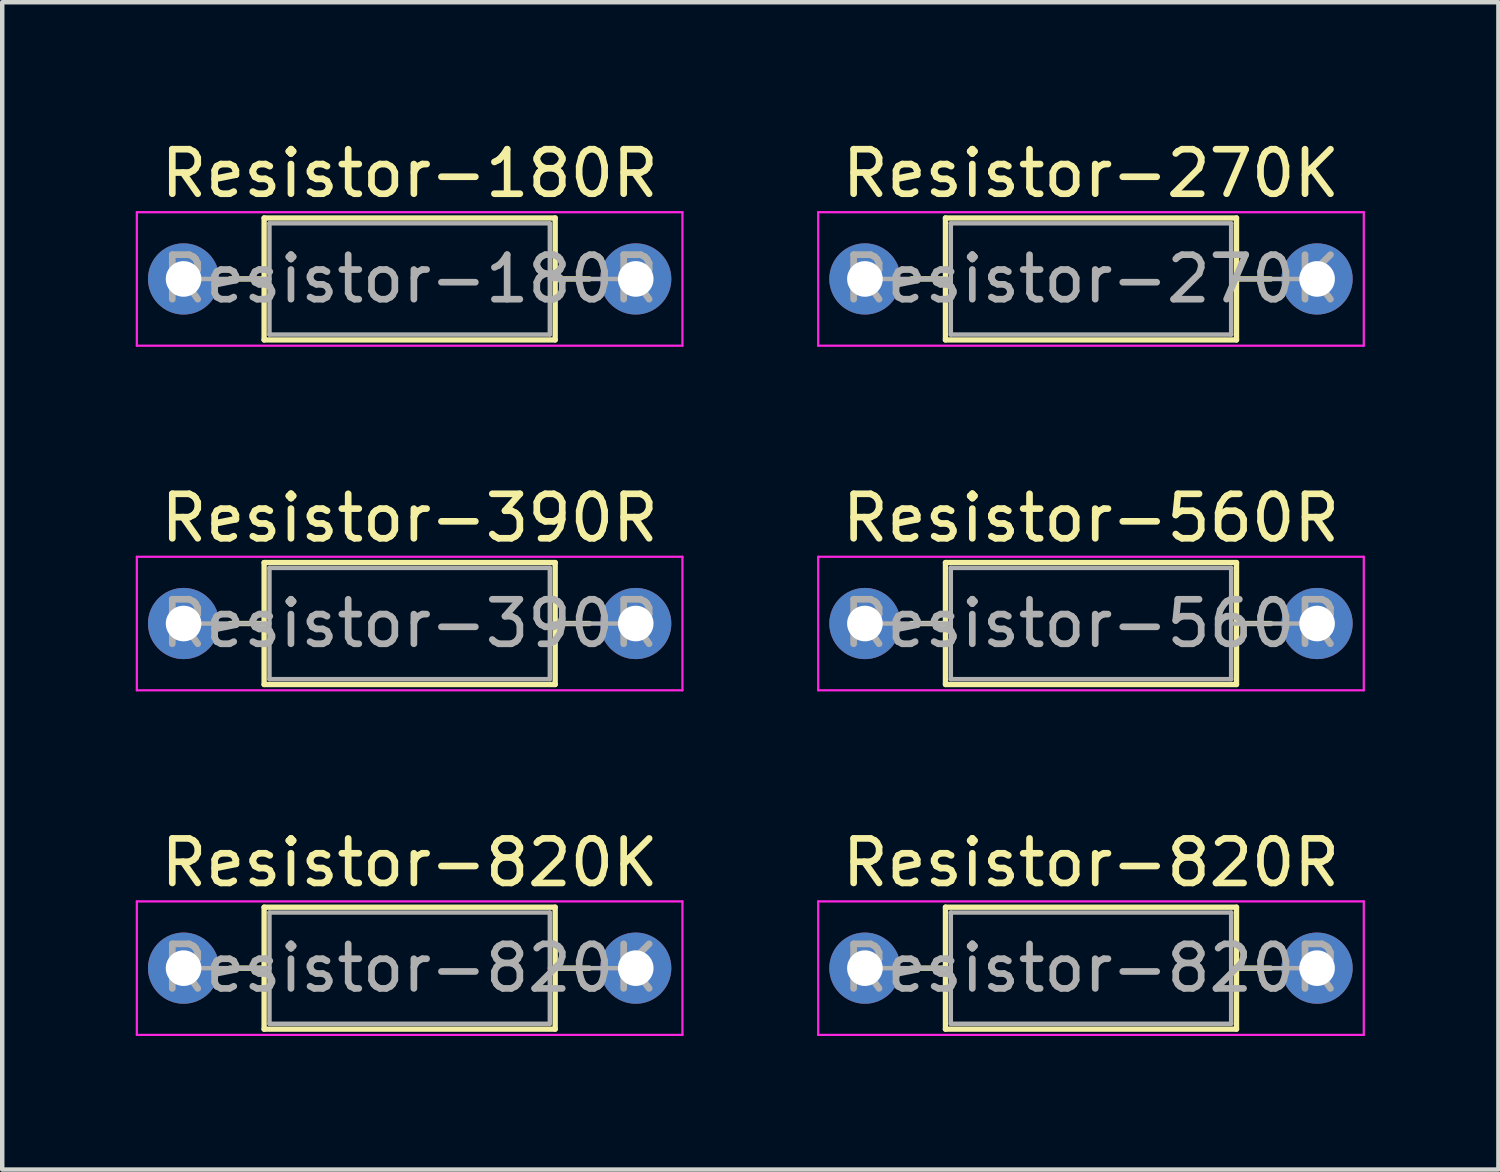
<source format=kicad_pcb>
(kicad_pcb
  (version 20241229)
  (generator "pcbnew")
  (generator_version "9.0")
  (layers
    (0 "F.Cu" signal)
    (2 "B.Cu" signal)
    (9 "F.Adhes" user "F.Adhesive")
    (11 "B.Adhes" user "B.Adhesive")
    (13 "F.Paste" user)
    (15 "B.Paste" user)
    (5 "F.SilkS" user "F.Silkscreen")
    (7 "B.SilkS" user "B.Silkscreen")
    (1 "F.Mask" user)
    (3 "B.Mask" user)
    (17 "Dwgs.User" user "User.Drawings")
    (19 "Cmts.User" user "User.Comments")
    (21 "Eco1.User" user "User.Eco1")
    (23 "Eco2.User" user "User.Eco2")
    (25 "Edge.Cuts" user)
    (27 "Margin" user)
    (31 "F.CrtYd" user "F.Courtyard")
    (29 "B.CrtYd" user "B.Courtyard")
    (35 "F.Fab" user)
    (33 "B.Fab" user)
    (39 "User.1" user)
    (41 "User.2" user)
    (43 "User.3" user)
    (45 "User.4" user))
  (footprint "Resistor-560R"
    (layer "F.Cu")
    (at 21.465 10.961)
    (property "Reference" "Resistor-560R" (at 0 -2.37 0) (layer "F.SilkS") (effects (font (size 1 1) (thickness 0.15))))
    (attr through_hole)
    (fp_line (start -4.04 0) (end -3.27 0) (stroke (width 0.12) (type solid)) (layer "F.SilkS"))
    (fp_line (start -3.27 -1.37) (end -3.27 1.37) (stroke (width 0.12) (type solid)) (layer "F.SilkS"))
    (fp_line (start -3.27 1.37) (end 3.27 1.37) (stroke (width 0.12) (type solid)) (layer "F.SilkS"))
    (fp_line (start 3.27 -1.37) (end -3.27 -1.37) (stroke (width 0.12) (type solid)) (layer "F.SilkS"))
    (fp_line (start 3.27 1.37) (end 3.27 -1.37) (stroke (width 0.12) (type solid)) (layer "F.SilkS"))
    (fp_line (start 4.04 0) (end 3.27 0) (stroke (width 0.12) (type solid)) (layer "F.SilkS"))
    (fp_line (start -6.13 -1.5) (end -6.13 1.5) (stroke (width 0.05) (type solid)) (layer "F.CrtYd"))
    (fp_line (start -6.13 1.5) (end 6.13 1.5) (stroke (width 0.05) (type solid)) (layer "F.CrtYd"))
    (fp_line (start 6.13 -1.5) (end -6.13 -1.5) (stroke (width 0.05) (type solid)) (layer "F.CrtYd"))
    (fp_line (start 6.13 1.5) (end 6.13 -1.5) (stroke (width 0.05) (type solid)) (layer "F.CrtYd"))
    (fp_line (start -5.08 0) (end -3.15 0) (stroke (width 0.1) (type solid)) (layer "F.Fab"))
    (fp_line (start -3.15 -1.25) (end -3.15 1.25) (stroke (width 0.1) (type solid)) (layer "F.Fab"))
    (fp_line (start -3.15 1.25) (end 3.15 1.25) (stroke (width 0.1) (type solid)) (layer "F.Fab"))
    (fp_line (start 3.15 -1.25) (end -3.15 -1.25) (stroke (width 0.1) (type solid)) (layer "F.Fab"))
    (fp_line (start 3.15 1.25) (end 3.15 -1.25) (stroke (width 0.1) (type solid)) (layer "F.Fab"))
    (fp_line (start 5.08 0) (end 3.15 0) (stroke (width 0.1) (type solid)) (layer "F.Fab"))
    (fp_text user "${REFERENCE}" (at 0 0 0) (layer "F.Fab") (effects (font (size 1 1) (thickness 0.15))))
    (pad "1" thru_hole circle (at -5.08 0) (size 1.6 1.6) (drill 0.8) (layers "*.Cu" "*.Mask"))
    (pad "2" thru_hole oval (at 5.08 0) (size 1.6 1.6) (drill 0.8) (layers "*.Cu" "*.Mask")))
  (footprint "Resistor-270K"
    (layer "F.Cu")
    (at 21.465 3.218)
    (property "Reference" "Resistor-270K" (at 0 -2.37 0) (layer "F.SilkS") (effects (font (size 1 1) (thickness 0.15))))
    (attr through_hole)
    (fp_line (start -4.04 0) (end -3.27 0) (stroke (width 0.12) (type solid)) (layer "F.SilkS"))
    (fp_line (start -3.27 -1.37) (end -3.27 1.37) (stroke (width 0.12) (type solid)) (layer "F.SilkS"))
    (fp_line (start -3.27 1.37) (end 3.27 1.37) (stroke (width 0.12) (type solid)) (layer "F.SilkS"))
    (fp_line (start 3.27 -1.37) (end -3.27 -1.37) (stroke (width 0.12) (type solid)) (layer "F.SilkS"))
    (fp_line (start 3.27 1.37) (end 3.27 -1.37) (stroke (width 0.12) (type solid)) (layer "F.SilkS"))
    (fp_line (start 4.04 0) (end 3.27 0) (stroke (width 0.12) (type solid)) (layer "F.SilkS"))
    (fp_line (start -6.13 -1.5) (end -6.13 1.5) (stroke (width 0.05) (type solid)) (layer "F.CrtYd"))
    (fp_line (start -6.13 1.5) (end 6.13 1.5) (stroke (width 0.05) (type solid)) (layer "F.CrtYd"))
    (fp_line (start 6.13 -1.5) (end -6.13 -1.5) (stroke (width 0.05) (type solid)) (layer "F.CrtYd"))
    (fp_line (start 6.13 1.5) (end 6.13 -1.5) (stroke (width 0.05) (type solid)) (layer "F.CrtYd"))
    (fp_line (start -5.08 0) (end -3.15 0) (stroke (width 0.1) (type solid)) (layer "F.Fab"))
    (fp_line (start -3.15 -1.25) (end -3.15 1.25) (stroke (width 0.1) (type solid)) (layer "F.Fab"))
    (fp_line (start -3.15 1.25) (end 3.15 1.25) (stroke (width 0.1) (type solid)) (layer "F.Fab"))
    (fp_line (start 3.15 -1.25) (end -3.15 -1.25) (stroke (width 0.1) (type solid)) (layer "F.Fab"))
    (fp_line (start 3.15 1.25) (end 3.15 -1.25) (stroke (width 0.1) (type solid)) (layer "F.Fab"))
    (fp_line (start 5.08 0) (end 3.15 0) (stroke (width 0.1) (type solid)) (layer "F.Fab"))
    (fp_text user "${REFERENCE}" (at 0 0 0) (layer "F.Fab") (effects (font (size 1 1) (thickness 0.15))))
    (pad "1" thru_hole circle (at -5.08 0) (size 1.6 1.6) (drill 0.8) (layers "*.Cu" "*.Mask"))
    (pad "2" thru_hole oval (at 5.08 0) (size 1.6 1.6) (drill 0.8) (layers "*.Cu" "*.Mask")))
  (footprint "Resistor-820R"
    (layer "F.Cu")
    (at 21.465 18.705)
    (property "Reference" "Resistor-820R" (at 0 -2.37 0) (layer "F.SilkS") (effects (font (size 1 1) (thickness 0.15))))
    (attr through_hole)
    (fp_line (start -4.04 0) (end -3.27 0) (stroke (width 0.12) (type solid)) (layer "F.SilkS"))
    (fp_line (start -3.27 -1.37) (end -3.27 1.37) (stroke (width 0.12) (type solid)) (layer "F.SilkS"))
    (fp_line (start -3.27 1.37) (end 3.27 1.37) (stroke (width 0.12) (type solid)) (layer "F.SilkS"))
    (fp_line (start 3.27 -1.37) (end -3.27 -1.37) (stroke (width 0.12) (type solid)) (layer "F.SilkS"))
    (fp_line (start 3.27 1.37) (end 3.27 -1.37) (stroke (width 0.12) (type solid)) (layer "F.SilkS"))
    (fp_line (start 4.04 0) (end 3.27 0) (stroke (width 0.12) (type solid)) (layer "F.SilkS"))
    (fp_line (start -6.13 -1.5) (end -6.13 1.5) (stroke (width 0.05) (type solid)) (layer "F.CrtYd"))
    (fp_line (start -6.13 1.5) (end 6.13 1.5) (stroke (width 0.05) (type solid)) (layer "F.CrtYd"))
    (fp_line (start 6.13 -1.5) (end -6.13 -1.5) (stroke (width 0.05) (type solid)) (layer "F.CrtYd"))
    (fp_line (start 6.13 1.5) (end 6.13 -1.5) (stroke (width 0.05) (type solid)) (layer "F.CrtYd"))
    (fp_line (start -5.08 0) (end -3.15 0) (stroke (width 0.1) (type solid)) (layer "F.Fab"))
    (fp_line (start -3.15 -1.25) (end -3.15 1.25) (stroke (width 0.1) (type solid)) (layer "F.Fab"))
    (fp_line (start -3.15 1.25) (end 3.15 1.25) (stroke (width 0.1) (type solid)) (layer "F.Fab"))
    (fp_line (start 3.15 -1.25) (end -3.15 -1.25) (stroke (width 0.1) (type solid)) (layer "F.Fab"))
    (fp_line (start 3.15 1.25) (end 3.15 -1.25) (stroke (width 0.1) (type solid)) (layer "F.Fab"))
    (fp_line (start 5.08 0) (end 3.15 0) (stroke (width 0.1) (type solid)) (layer "F.Fab"))
    (fp_text user "${REFERENCE}" (at 0 0 0) (layer "F.Fab") (effects (font (size 1 1) (thickness 0.15))))
    (pad "1" thru_hole circle (at -5.08 0) (size 1.6 1.6) (drill 0.8) (layers "*.Cu" "*.Mask"))
    (pad "2" thru_hole oval (at 5.08 0) (size 1.6 1.6) (drill 0.8) (layers "*.Cu" "*.Mask")))
  (footprint "Resistor-180R"
    (layer "F.Cu")
    (at 6.155 3.218)
    (property "Reference" "Resistor-180R" (at 0 -2.37 0) (layer "F.SilkS") (effects (font (size 1 1) (thickness 0.15))))
    (attr through_hole)
    (fp_line (start -4.04 0) (end -3.27 0) (stroke (width 0.12) (type solid)) (layer "F.SilkS"))
    (fp_line (start -3.27 -1.37) (end -3.27 1.37) (stroke (width 0.12) (type solid)) (layer "F.SilkS"))
    (fp_line (start -3.27 1.37) (end 3.27 1.37) (stroke (width 0.12) (type solid)) (layer "F.SilkS"))
    (fp_line (start 3.27 -1.37) (end -3.27 -1.37) (stroke (width 0.12) (type solid)) (layer "F.SilkS"))
    (fp_line (start 3.27 1.37) (end 3.27 -1.37) (stroke (width 0.12) (type solid)) (layer "F.SilkS"))
    (fp_line (start 4.04 0) (end 3.27 0) (stroke (width 0.12) (type solid)) (layer "F.SilkS"))
    (fp_line (start -6.13 -1.5) (end -6.13 1.5) (stroke (width 0.05) (type solid)) (layer "F.CrtYd"))
    (fp_line (start -6.13 1.5) (end 6.13 1.5) (stroke (width 0.05) (type solid)) (layer "F.CrtYd"))
    (fp_line (start 6.13 -1.5) (end -6.13 -1.5) (stroke (width 0.05) (type solid)) (layer "F.CrtYd"))
    (fp_line (start 6.13 1.5) (end 6.13 -1.5) (stroke (width 0.05) (type solid)) (layer "F.CrtYd"))
    (fp_line (start -5.08 0) (end -3.15 0) (stroke (width 0.1) (type solid)) (layer "F.Fab"))
    (fp_line (start -3.15 -1.25) (end -3.15 1.25) (stroke (width 0.1) (type solid)) (layer "F.Fab"))
    (fp_line (start -3.15 1.25) (end 3.15 1.25) (stroke (width 0.1) (type solid)) (layer "F.Fab"))
    (fp_line (start 3.15 -1.25) (end -3.15 -1.25) (stroke (width 0.1) (type solid)) (layer "F.Fab"))
    (fp_line (start 3.15 1.25) (end 3.15 -1.25) (stroke (width 0.1) (type solid)) (layer "F.Fab"))
    (fp_line (start 5.08 0) (end 3.15 0) (stroke (width 0.1) (type solid)) (layer "F.Fab"))
    (fp_text user "${REFERENCE}" (at 0 0 0) (layer "F.Fab") (effects (font (size 1 1) (thickness 0.15))))
    (pad "1" thru_hole circle (at -5.08 0) (size 1.6 1.6) (drill 0.8) (layers "*.Cu" "*.Mask"))
    (pad "2" thru_hole oval (at 5.08 0) (size 1.6 1.6) (drill 0.8) (layers "*.Cu" "*.Mask")))
  (footprint "Resistor-820K"
    (layer "F.Cu")
    (at 6.155 18.705)
    (property "Reference" "Resistor-820K" (at 0 -2.37 0) (layer "F.SilkS") (effects (font (size 1 1) (thickness 0.15))))
    (attr through_hole)
    (fp_line (start -4.04 0) (end -3.27 0) (stroke (width 0.12) (type solid)) (layer "F.SilkS"))
    (fp_line (start -3.27 -1.37) (end -3.27 1.37) (stroke (width 0.12) (type solid)) (layer "F.SilkS"))
    (fp_line (start -3.27 1.37) (end 3.27 1.37) (stroke (width 0.12) (type solid)) (layer "F.SilkS"))
    (fp_line (start 3.27 -1.37) (end -3.27 -1.37) (stroke (width 0.12) (type solid)) (layer "F.SilkS"))
    (fp_line (start 3.27 1.37) (end 3.27 -1.37) (stroke (width 0.12) (type solid)) (layer "F.SilkS"))
    (fp_line (start 4.04 0) (end 3.27 0) (stroke (width 0.12) (type solid)) (layer "F.SilkS"))
    (fp_line (start -6.13 -1.5) (end -6.13 1.5) (stroke (width 0.05) (type solid)) (layer "F.CrtYd"))
    (fp_line (start -6.13 1.5) (end 6.13 1.5) (stroke (width 0.05) (type solid)) (layer "F.CrtYd"))
    (fp_line (start 6.13 -1.5) (end -6.13 -1.5) (stroke (width 0.05) (type solid)) (layer "F.CrtYd"))
    (fp_line (start 6.13 1.5) (end 6.13 -1.5) (stroke (width 0.05) (type solid)) (layer "F.CrtYd"))
    (fp_line (start -5.08 0) (end -3.15 0) (stroke (width 0.1) (type solid)) (layer "F.Fab"))
    (fp_line (start -3.15 -1.25) (end -3.15 1.25) (stroke (width 0.1) (type solid)) (layer "F.Fab"))
    (fp_line (start -3.15 1.25) (end 3.15 1.25) (stroke (width 0.1) (type solid)) (layer "F.Fab"))
    (fp_line (start 3.15 -1.25) (end -3.15 -1.25) (stroke (width 0.1) (type solid)) (layer "F.Fab"))
    (fp_line (start 3.15 1.25) (end 3.15 -1.25) (stroke (width 0.1) (type solid)) (layer "F.Fab"))
    (fp_line (start 5.08 0) (end 3.15 0) (stroke (width 0.1) (type solid)) (layer "F.Fab"))
    (fp_text user "${REFERENCE}" (at 0 0 0) (layer "F.Fab") (effects (font (size 1 1) (thickness 0.15))))
    (pad "1" thru_hole circle (at -5.08 0) (size 1.6 1.6) (drill 0.8) (layers "*.Cu" "*.Mask"))
    (pad "2" thru_hole oval (at 5.08 0) (size 1.6 1.6) (drill 0.8) (layers "*.Cu" "*.Mask")))
  (footprint "Resistor-390R"
    (layer "F.Cu")
    (at 6.155 10.961)
    (property "Reference" "Resistor-390R" (at 0 -2.37 0) (layer "F.SilkS") (effects (font (size 1 1) (thickness 0.15))))
    (attr through_hole)
    (fp_line (start -4.04 0) (end -3.27 0) (stroke (width 0.12) (type solid)) (layer "F.SilkS"))
    (fp_line (start -3.27 -1.37) (end -3.27 1.37) (stroke (width 0.12) (type solid)) (layer "F.SilkS"))
    (fp_line (start -3.27 1.37) (end 3.27 1.37) (stroke (width 0.12) (type solid)) (layer "F.SilkS"))
    (fp_line (start 3.27 -1.37) (end -3.27 -1.37) (stroke (width 0.12) (type solid)) (layer "F.SilkS"))
    (fp_line (start 3.27 1.37) (end 3.27 -1.37) (stroke (width 0.12) (type solid)) (layer "F.SilkS"))
    (fp_line (start 4.04 0) (end 3.27 0) (stroke (width 0.12) (type solid)) (layer "F.SilkS"))
    (fp_line (start -6.13 -1.5) (end -6.13 1.5) (stroke (width 0.05) (type solid)) (layer "F.CrtYd"))
    (fp_line (start -6.13 1.5) (end 6.13 1.5) (stroke (width 0.05) (type solid)) (layer "F.CrtYd"))
    (fp_line (start 6.13 -1.5) (end -6.13 -1.5) (stroke (width 0.05) (type solid)) (layer "F.CrtYd"))
    (fp_line (start 6.13 1.5) (end 6.13 -1.5) (stroke (width 0.05) (type solid)) (layer "F.CrtYd"))
    (fp_line (start -5.08 0) (end -3.15 0) (stroke (width 0.1) (type solid)) (layer "F.Fab"))
    (fp_line (start -3.15 -1.25) (end -3.15 1.25) (stroke (width 0.1) (type solid)) (layer "F.Fab"))
    (fp_line (start -3.15 1.25) (end 3.15 1.25) (stroke (width 0.1) (type solid)) (layer "F.Fab"))
    (fp_line (start 3.15 -1.25) (end -3.15 -1.25) (stroke (width 0.1) (type solid)) (layer "F.Fab"))
    (fp_line (start 3.15 1.25) (end 3.15 -1.25) (stroke (width 0.1) (type solid)) (layer "F.Fab"))
    (fp_line (start 5.08 0) (end 3.15 0) (stroke (width 0.1) (type solid)) (layer "F.Fab"))
    (fp_text user "${REFERENCE}" (at 0 0 0) (layer "F.Fab") (effects (font (size 1 1) (thickness 0.15))))
    (pad "1" thru_hole circle (at -5.08 0) (size 1.6 1.6) (drill 0.8) (layers "*.Cu" "*.Mask"))
    (pad "2" thru_hole oval (at 5.08 0) (size 1.6 1.6) (drill 0.8) (layers "*.Cu" "*.Mask")))
  (gr_rect
    (start -3 -3)
    (end 30.62 23.23)
    (stroke (width 0.1) (type default))
    (fill no)
    (layer "Edge.Cuts")))
</source>
